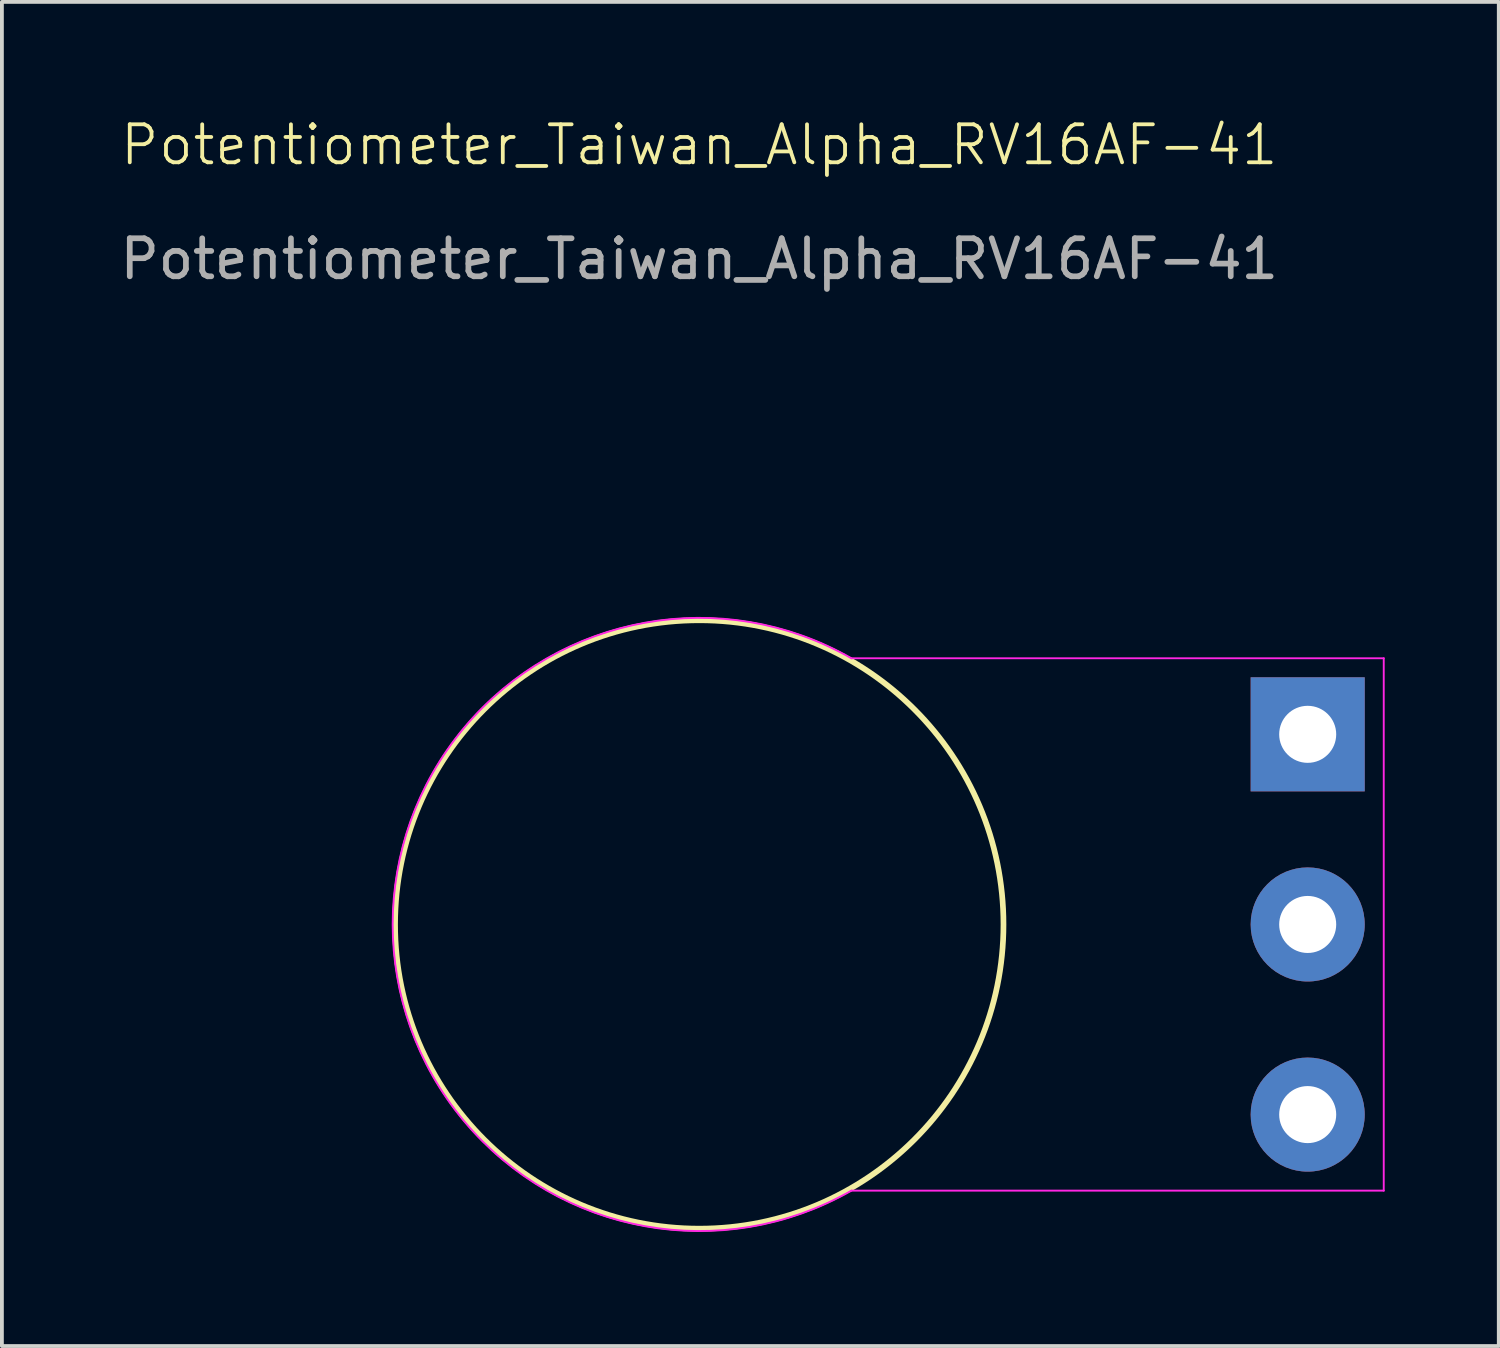
<source format=kicad_pcb>
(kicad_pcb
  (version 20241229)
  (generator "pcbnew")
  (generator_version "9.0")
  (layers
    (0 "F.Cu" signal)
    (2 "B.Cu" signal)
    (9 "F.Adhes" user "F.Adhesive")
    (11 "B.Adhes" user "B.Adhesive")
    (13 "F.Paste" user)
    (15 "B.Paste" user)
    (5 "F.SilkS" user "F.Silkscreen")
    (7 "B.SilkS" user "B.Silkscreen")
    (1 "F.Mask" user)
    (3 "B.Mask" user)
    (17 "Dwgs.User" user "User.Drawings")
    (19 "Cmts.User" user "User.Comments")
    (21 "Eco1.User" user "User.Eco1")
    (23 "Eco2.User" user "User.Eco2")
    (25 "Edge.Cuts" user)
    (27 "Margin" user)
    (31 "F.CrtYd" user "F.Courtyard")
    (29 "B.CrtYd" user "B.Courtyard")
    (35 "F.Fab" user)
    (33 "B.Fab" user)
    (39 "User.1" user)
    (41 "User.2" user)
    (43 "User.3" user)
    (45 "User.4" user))
  (footprint "Potentiometer_Taiwan_Alpha_RV16AF-41"
    (layer "F.Cu")
    (at 15.339 21.261)
    (property "Reference" "Potentiometer_Taiwan_Alpha_RV16AF-41" (at 0 -20.5 0) (unlocked yes) (layer "F.SilkS") (effects (font (size 1 1) (thickness 0.1))))
    (attr through_hole)
    (fp_circle (center 0 0) (end 8 0) (stroke (width 0.15) (type default)) (fill no) (layer "F.SilkS"))
    (fp_line (start 18 -7) (end 4 -7) (stroke (width 0.05) (type default)) (layer "F.CrtYd"))
    (fp_line (start 18 -7) (end 18 7) (stroke (width 0.05) (type default)) (layer "F.CrtYd"))
    (fp_line (start 18 7) (end 4 7) (stroke (width 0.05) (type default)) (layer "F.CrtYd"))
    (fp_arc (start 4 6.999999) (mid -8.062257 0) (end 4 -6.999999) (stroke (width 0.05) (type default)) (layer "F.CrtYd"))
    (fp_text user "${REFERENCE}" (at 0 -17.5 0) (unlocked yes) (layer "F.Fab") (effects (font (size 1 1) (thickness 0.15))))
    (pad "1" thru_hole rect (at 16 -5) (size 3 3) (drill 1.5) (layers "*.Cu" "*.Mask"))
    (pad "2" thru_hole circle (at 16 0) (size 3 3) (drill 1.5) (layers "*.Cu" "*.Mask"))
    (pad "3" thru_hole circle (at 16 5) (size 3 3) (drill 1.5) (layers "*.Cu" "*.Mask")))
  (gr_rect
    (start -3 -3)
    (end 36.364 32.348)
    (stroke (width 0.1) (type default))
    (fill no)
    (layer "Edge.Cuts")))
</source>
